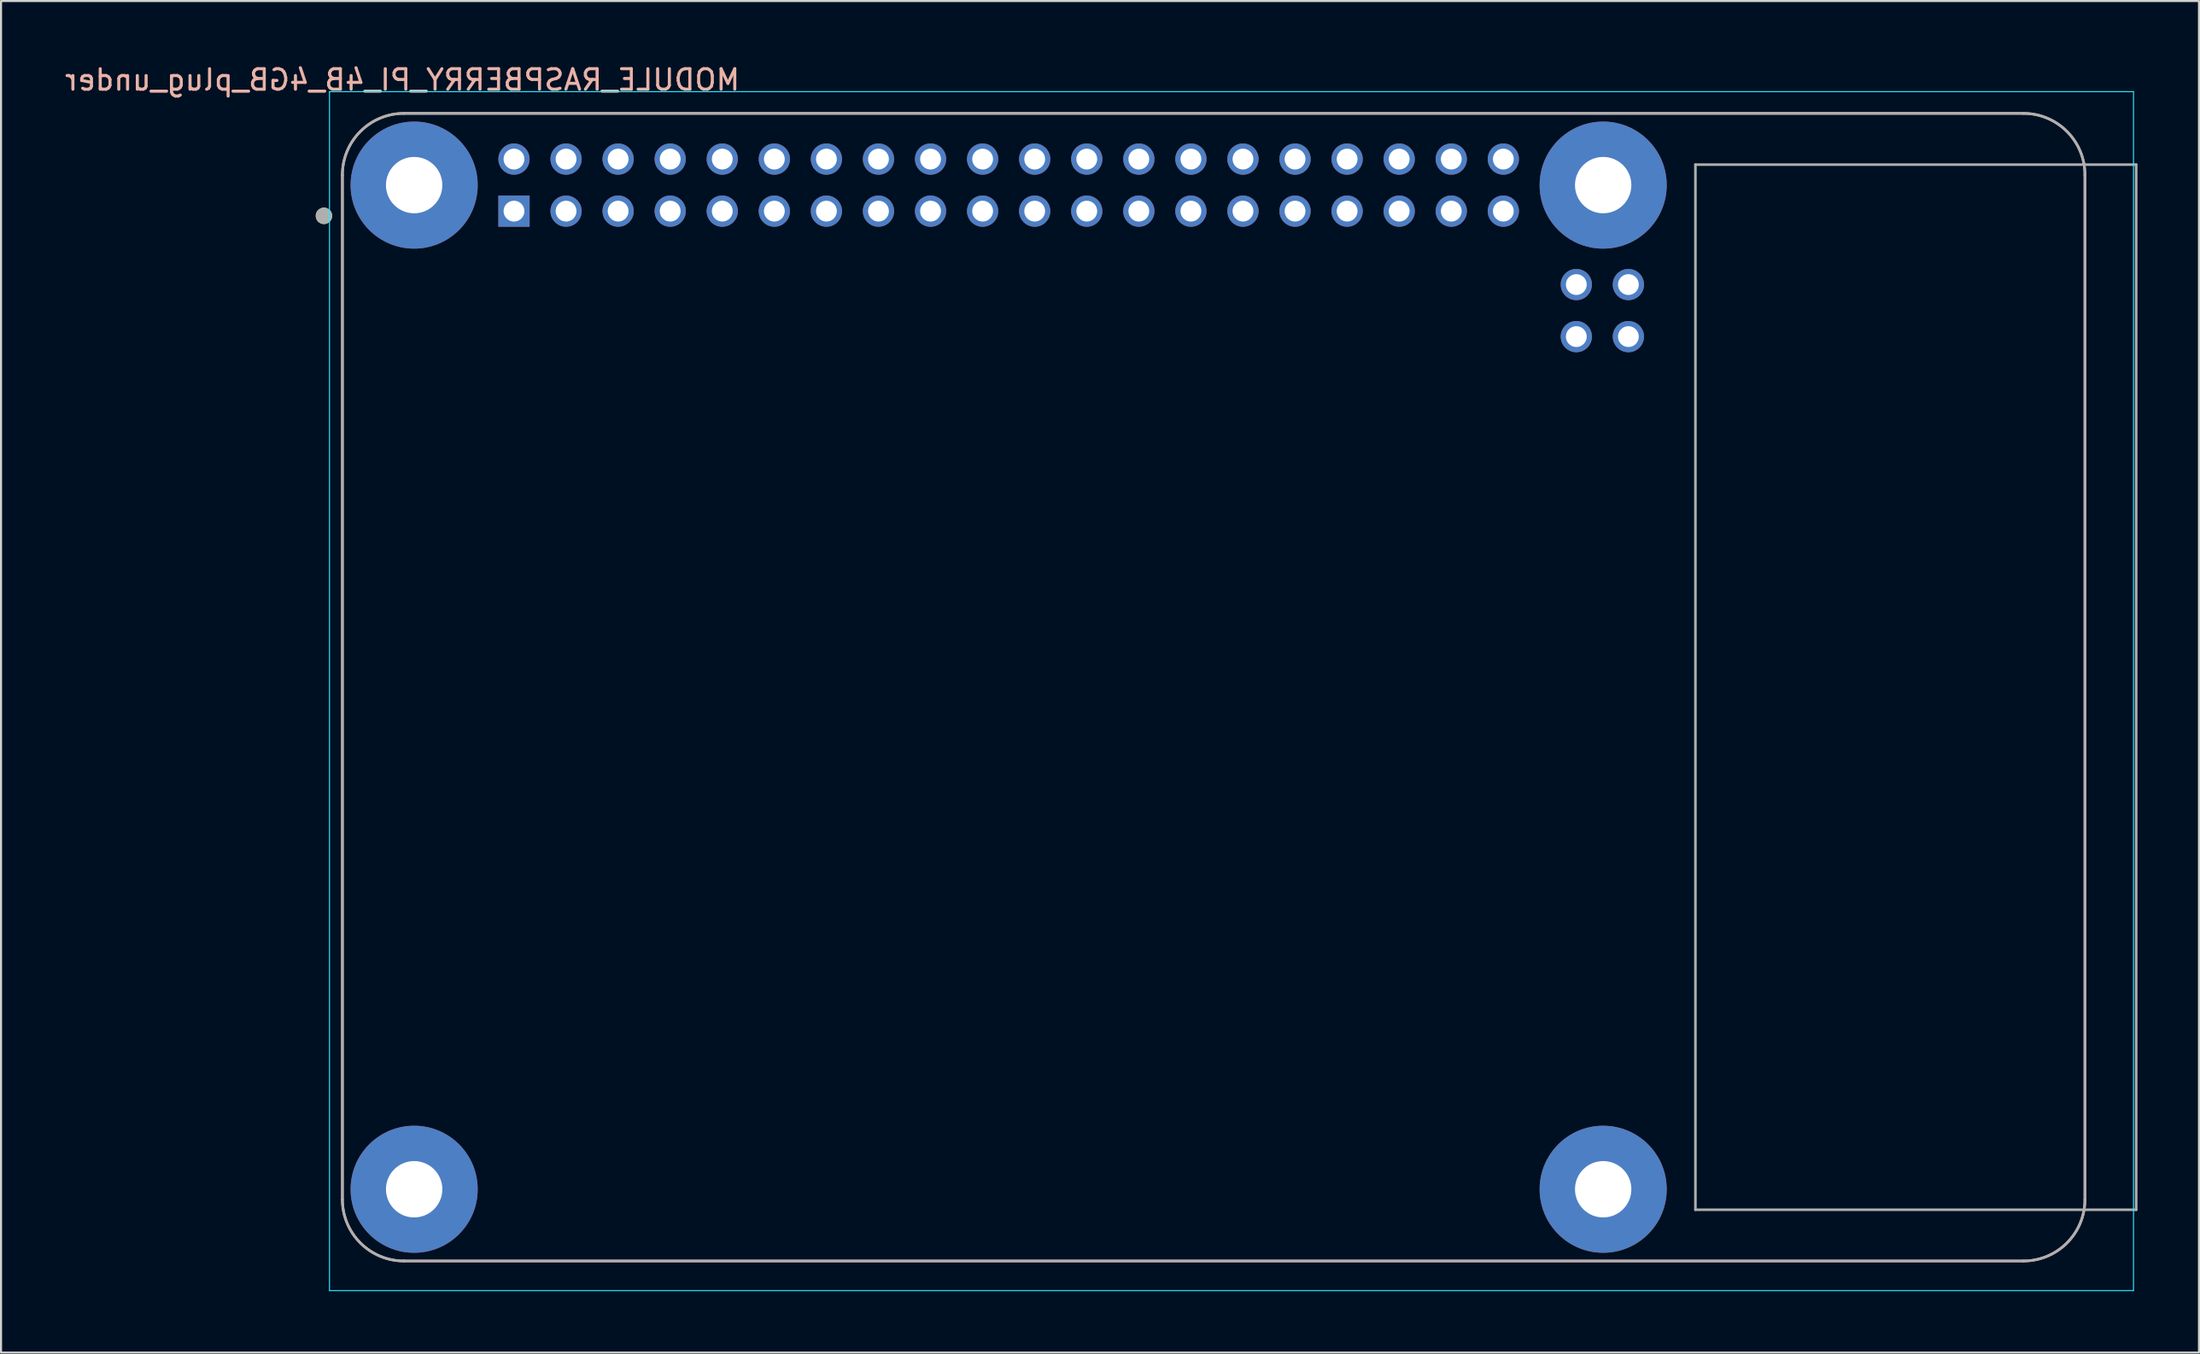
<source format=kicad_pcb>
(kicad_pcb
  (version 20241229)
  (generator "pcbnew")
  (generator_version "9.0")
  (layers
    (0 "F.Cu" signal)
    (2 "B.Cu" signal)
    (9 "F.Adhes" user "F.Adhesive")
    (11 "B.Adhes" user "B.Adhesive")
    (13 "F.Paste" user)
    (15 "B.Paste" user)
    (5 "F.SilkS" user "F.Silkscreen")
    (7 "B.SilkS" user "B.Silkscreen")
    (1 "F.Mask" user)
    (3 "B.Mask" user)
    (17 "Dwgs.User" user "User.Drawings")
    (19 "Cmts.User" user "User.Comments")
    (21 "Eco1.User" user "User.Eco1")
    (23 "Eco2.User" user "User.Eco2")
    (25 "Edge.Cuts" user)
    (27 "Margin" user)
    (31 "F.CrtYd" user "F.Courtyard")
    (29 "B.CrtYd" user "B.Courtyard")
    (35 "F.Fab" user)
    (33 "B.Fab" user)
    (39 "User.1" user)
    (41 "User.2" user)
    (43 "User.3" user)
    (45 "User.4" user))
  (footprint "MODULE_RASPBERRY_PI_4B_4GB_plug_under"
    (layer "F.Cu")
    (at 56.152 30.483)
    (property "Reference" "MODULE_RASPBERRY_PI_4B_4GB_plug_under" (at -39.575 -29.635 0) (layer "B.SilkS") (effects (font (size 1 1) (thickness 0.15)) (justify mirror)))
    (attr through_hole)
    (fp_circle (center -43.4 -23) (end -43.2 -23) (stroke (width 0.4) (type solid)) (fill no) (layer "F.SilkS"))
    (fp_line (start -42.5 25) (end -42.5 -25) (stroke (width 0.127) (type solid)) (layer "B.SilkS"))
    (fp_line (start -39.5 -28) (end 39.5 -28) (stroke (width 0.127) (type solid)) (layer "B.SilkS"))
    (fp_line (start 39.5 28) (end -39.5 28) (stroke (width 0.127) (type solid)) (layer "B.SilkS"))
    (fp_line (start 42.5 -25) (end 42.5 25) (stroke (width 0.127) (type solid)) (layer "B.SilkS"))
    (fp_arc (start -42.5 -25) (mid -41.62132 -27.12132) (end -39.5 -28) (stroke (width 0.127) (type solid)) (layer "B.SilkS"))
    (fp_arc (start -39.5 28) (mid -41.62132 27.12132) (end -42.5 25) (stroke (width 0.127) (type solid)) (layer "B.SilkS"))
    (fp_arc (start 39.5 -28) (mid 41.62132 -27.12132) (end 42.5 -25) (stroke (width 0.127) (type solid)) (layer "B.SilkS"))
    (fp_arc (start 42.5 25) (mid 41.62132 27.12132) (end 39.5 28) (stroke (width 0.127) (type solid)) (layer "B.SilkS"))
    (fp_line (start -43.13 -29.06) (end -43.13 29.445) (stroke (width 0.05) (type solid)) (layer "B.CrtYd"))
    (fp_line (start -43.13 29.445) (end 44.87 29.445) (stroke (width 0.05) (type solid)) (layer "B.CrtYd"))
    (fp_line (start 44.87 -29.06) (end -43.13 -29.06) (stroke (width 0.05) (type solid)) (layer "B.CrtYd"))
    (fp_line (start 44.87 29.445) (end 44.87 -29.06) (stroke (width 0.05) (type solid)) (layer "B.CrtYd"))
    (fp_line (start -42.5 -25) (end -42.5 25) (stroke (width 0.127) (type solid)) (layer "F.Fab"))
    (fp_line (start -39.5 28) (end 39.5 28) (stroke (width 0.127) (type solid)) (layer "F.Fab"))
    (fp_line (start 23.5 -25.5) (end 23.5 25.5) (stroke (width 0.127) (type solid)) (layer "F.Fab"))
    (fp_line (start 23.5 25.5) (end 45 25.5) (stroke (width 0.127) (type solid)) (layer "F.Fab"))
    (fp_line (start 39.5 -28) (end -39.5 -28) (stroke (width 0.127) (type solid)) (layer "F.Fab"))
    (fp_line (start 42.5 25) (end 42.5 -25) (stroke (width 0.127) (type solid)) (layer "F.Fab"))
    (fp_line (start 45 -25.5) (end 23.5 -25.5) (stroke (width 0.127) (type solid)) (layer "F.Fab"))
    (fp_line (start 45 25.5) (end 45 -25.5) (stroke (width 0.127) (type solid)) (layer "F.Fab"))
    (fp_arc (start -42.5 -25) (mid -41.62132 -27.12132) (end -39.5 -28) (stroke (width 0.127) (type solid)) (layer "F.Fab"))
    (fp_arc (start -39.5 28) (mid -41.62132 27.12132) (end -42.5 25) (stroke (width 0.127) (type solid)) (layer "F.Fab"))
    (fp_arc (start 39.5 -28) (mid 41.62132 -27.12132) (end 42.5 -25) (stroke (width 0.127) (type solid)) (layer "F.Fab"))
    (fp_arc (start 42.5 25) (mid 41.62132 27.12132) (end 39.5 28) (stroke (width 0.127) (type solid)) (layer "F.Fab"))
    (fp_circle (center -43.4 -23) (end -43.2 -23) (stroke (width 0.4) (type solid)) (fill no) (layer "F.Fab"))
    (pad "1" thru_hole rect (at -34.13 -23.23) (size 1.524 1.524) (drill 1.016) (layers "*.Cu" "*.Mask"))
    (pad "2" thru_hole circle (at -34.13 -25.77) (size 1.524 1.524) (drill 1.016) (layers "*.Cu" "*.Mask"))
    (pad "3" thru_hole circle (at -31.59 -23.23) (size 1.524 1.524) (drill 1.016) (layers "*.Cu" "*.Mask"))
    (pad "4" thru_hole circle (at -31.59 -25.77) (size 1.524 1.524) (drill 1.016) (layers "*.Cu" "*.Mask"))
    (pad "5" thru_hole circle (at -29.05 -23.23) (size 1.524 1.524) (drill 1.016) (layers "*.Cu" "*.Mask"))
    (pad "6" thru_hole circle (at -29.05 -25.77) (size 1.524 1.524) (drill 1.016) (layers "*.Cu" "*.Mask"))
    (pad "7" thru_hole circle (at -26.51 -23.23) (size 1.524 1.524) (drill 1.016) (layers "*.Cu" "*.Mask"))
    (pad "8" thru_hole circle (at -26.51 -25.77) (size 1.524 1.524) (drill 1.016) (layers "*.Cu" "*.Mask"))
    (pad "9" thru_hole circle (at -23.97 -23.23) (size 1.524 1.524) (drill 1.016) (layers "*.Cu" "*.Mask"))
    (pad "10" thru_hole circle (at -23.97 -25.77) (size 1.524 1.524) (drill 1.016) (layers "*.Cu" "*.Mask"))
    (pad "11" thru_hole circle (at -21.43 -23.23) (size 1.524 1.524) (drill 1.016) (layers "*.Cu" "*.Mask"))
    (pad "12" thru_hole circle (at -21.43 -25.77) (size 1.524 1.524) (drill 1.016) (layers "*.Cu" "*.Mask"))
    (pad "13" thru_hole circle (at -18.89 -23.23) (size 1.524 1.524) (drill 1.016) (layers "*.Cu" "*.Mask"))
    (pad "14" thru_hole circle (at -18.89 -25.77) (size 1.524 1.524) (drill 1.016) (layers "*.Cu" "*.Mask"))
    (pad "15" thru_hole circle (at -16.35 -23.23) (size 1.524 1.524) (drill 1.016) (layers "*.Cu" "*.Mask"))
    (pad "16" thru_hole circle (at -16.35 -25.77) (size 1.524 1.524) (drill 1.016) (layers "*.Cu" "*.Mask"))
    (pad "17" thru_hole circle (at -13.81 -23.23) (size 1.524 1.524) (drill 1.016) (layers "*.Cu" "*.Mask"))
    (pad "18" thru_hole circle (at -13.81 -25.77) (size 1.524 1.524) (drill 1.016) (layers "*.Cu" "*.Mask"))
    (pad "19" thru_hole circle (at -11.27 -23.23) (size 1.524 1.524) (drill 1.016) (layers "*.Cu" "*.Mask"))
    (pad "20" thru_hole circle (at -11.27 -25.77) (size 1.524 1.524) (drill 1.016) (layers "*.Cu" "*.Mask"))
    (pad "21" thru_hole circle (at -8.73 -23.23) (size 1.524 1.524) (drill 1.016) (layers "*.Cu" "*.Mask"))
    (pad "22" thru_hole circle (at -8.73 -25.77) (size 1.524 1.524) (drill 1.016) (layers "*.Cu" "*.Mask"))
    (pad "23" thru_hole circle (at -6.19 -23.23) (size 1.524 1.524) (drill 1.016) (layers "*.Cu" "*.Mask"))
    (pad "24" thru_hole circle (at -6.19 -25.77) (size 1.524 1.524) (drill 1.016) (layers "*.Cu" "*.Mask"))
    (pad "25" thru_hole circle (at -3.65 -23.23) (size 1.524 1.524) (drill 1.016) (layers "*.Cu" "*.Mask"))
    (pad "26" thru_hole circle (at -3.65 -25.77) (size 1.524 1.524) (drill 1.016) (layers "*.Cu" "*.Mask"))
    (pad "27" thru_hole circle (at -1.11 -23.23) (size 1.524 1.524) (drill 1.016) (layers "*.Cu" "*.Mask"))
    (pad "28" thru_hole circle (at -1.11 -25.77) (size 1.524 1.524) (drill 1.016) (layers "*.Cu" "*.Mask"))
    (pad "29" thru_hole circle (at 1.43 -23.23) (size 1.524 1.524) (drill 1.016) (layers "*.Cu" "*.Mask"))
    (pad "30" thru_hole circle (at 1.43 -25.77) (size 1.524 1.524) (drill 1.016) (layers "*.Cu" "*.Mask"))
    (pad "31" thru_hole circle (at 3.97 -23.23) (size 1.524 1.524) (drill 1.016) (layers "*.Cu" "*.Mask"))
    (pad "32" thru_hole circle (at 3.97 -25.77) (size 1.524 1.524) (drill 1.016) (layers "*.Cu" "*.Mask"))
    (pad "33" thru_hole circle (at 6.51 -23.23) (size 1.524 1.524) (drill 1.016) (layers "*.Cu" "*.Mask"))
    (pad "34" thru_hole circle (at 6.51 -25.77) (size 1.524 1.524) (drill 1.016) (layers "*.Cu" "*.Mask"))
    (pad "35" thru_hole circle (at 9.05 -23.23) (size 1.524 1.524) (drill 1.016) (layers "*.Cu" "*.Mask"))
    (pad "36" thru_hole circle (at 9.05 -25.77) (size 1.524 1.524) (drill 1.016) (layers "*.Cu" "*.Mask"))
    (pad "37" thru_hole circle (at 11.59 -23.23) (size 1.524 1.524) (drill 1.016) (layers "*.Cu" "*.Mask"))
    (pad "38" thru_hole circle (at 11.59 -25.77) (size 1.524 1.524) (drill 1.016) (layers "*.Cu" "*.Mask"))
    (pad "39" thru_hole circle (at 14.13 -23.23) (size 1.524 1.524) (drill 1.016) (layers "*.Cu" "*.Mask"))
    (pad "40" thru_hole circle (at 14.13 -25.77) (size 1.524 1.524) (drill 1.016) (layers "*.Cu" "*.Mask"))
    (pad "41" thru_hole circle (at 20.23 -17.107) (size 1.524 1.524) (drill 1.016) (layers "*.Cu" "*.Mask"))
    (pad "42" thru_hole circle (at 20.23 -19.647) (size 1.524 1.524) (drill 1.016) (layers "*.Cu" "*.Mask"))
    (pad "43" thru_hole circle (at 17.69 -17.107) (size 1.524 1.524) (drill 1.016) (layers "*.Cu" "*.Mask"))
    (pad "44" thru_hole circle (at 17.69 -19.647) (size 1.524 1.524) (drill 1.016) (layers "*.Cu" "*.Mask"))
    (pad "S1" thru_hole circle (at -39 -24.5) (size 6.2 6.2) (drill 2.75) (layers "*.Cu" "*.Mask"))
    (pad "S2" thru_hole circle (at 19 -24.5) (size 6.2 6.2) (drill 2.75) (layers "*.Cu" "*.Mask"))
    (pad "S3" thru_hole circle (at 19 24.5) (size 6.2 6.2) (drill 2.75) (layers "*.Cu" "*.Mask"))
    (pad "S4" thru_hole circle (at -39 24.5) (size 6.2 6.2) (drill 2.75) (layers "*.Cu" "*.Mask")))
  (gr_rect
    (start -3 -3)
    (end 104.216 62.953)
    (stroke (width 0.1) (type default))
    (fill no)
    (layer "Edge.Cuts")))
</source>
